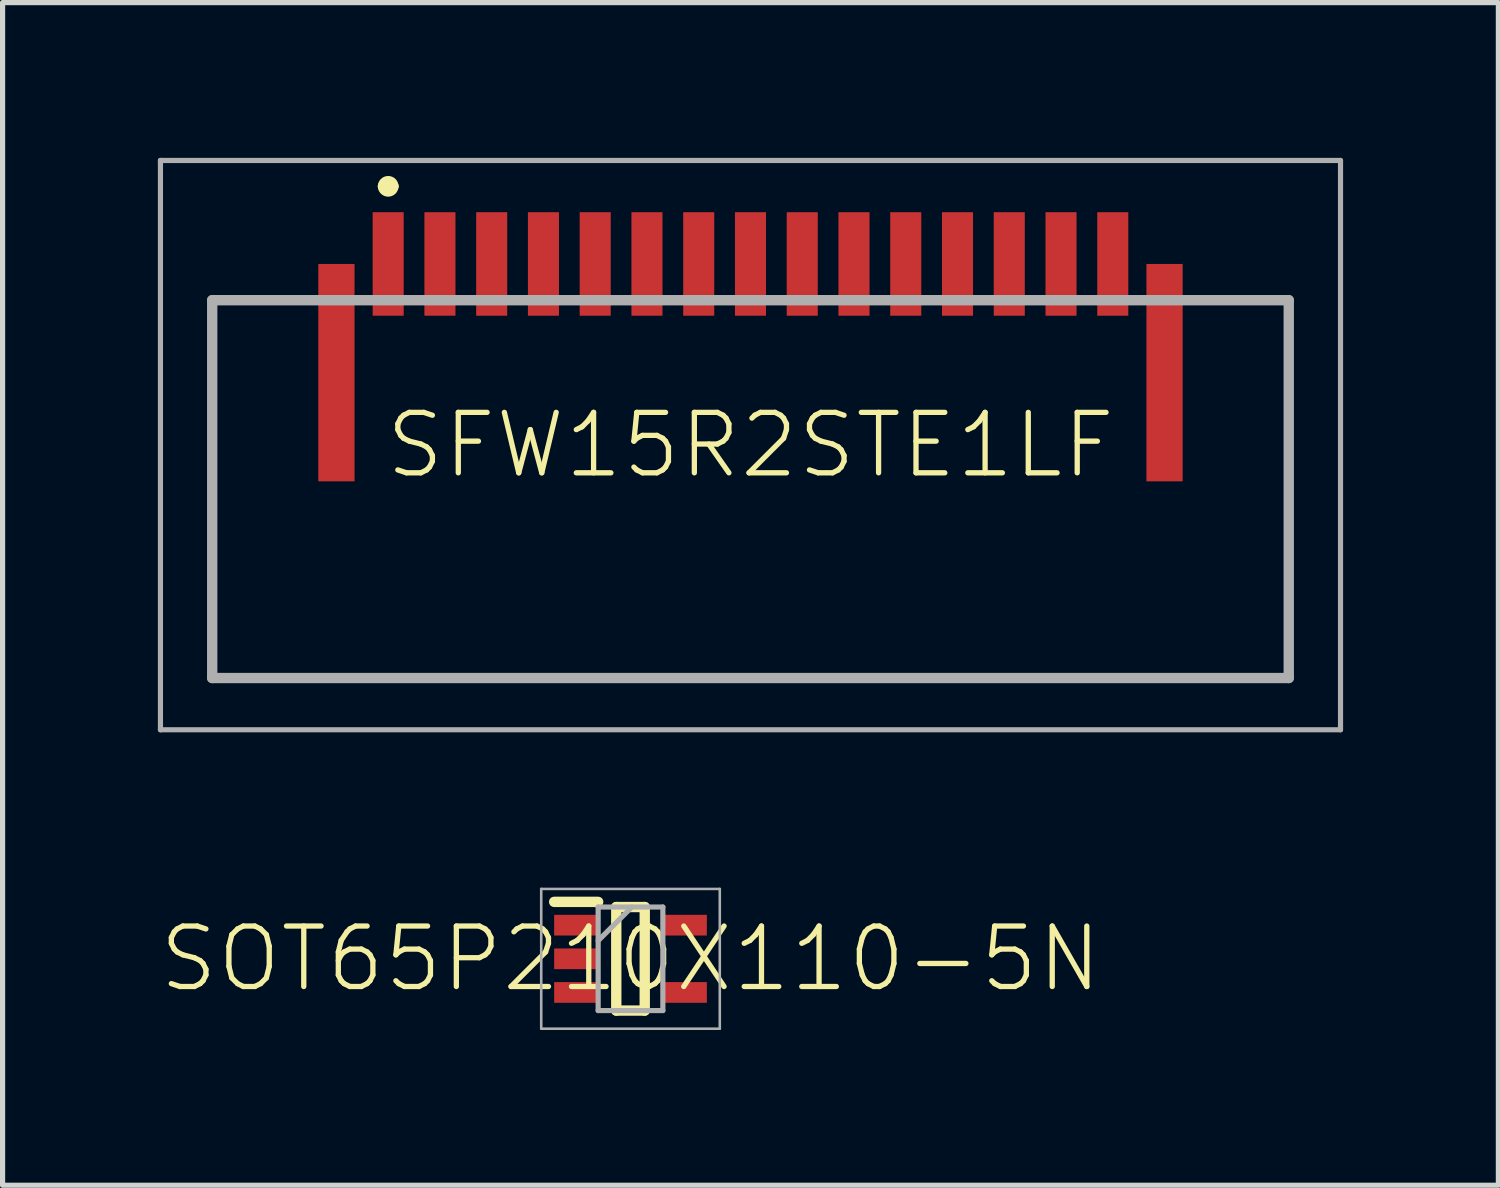
<source format=kicad_pcb>
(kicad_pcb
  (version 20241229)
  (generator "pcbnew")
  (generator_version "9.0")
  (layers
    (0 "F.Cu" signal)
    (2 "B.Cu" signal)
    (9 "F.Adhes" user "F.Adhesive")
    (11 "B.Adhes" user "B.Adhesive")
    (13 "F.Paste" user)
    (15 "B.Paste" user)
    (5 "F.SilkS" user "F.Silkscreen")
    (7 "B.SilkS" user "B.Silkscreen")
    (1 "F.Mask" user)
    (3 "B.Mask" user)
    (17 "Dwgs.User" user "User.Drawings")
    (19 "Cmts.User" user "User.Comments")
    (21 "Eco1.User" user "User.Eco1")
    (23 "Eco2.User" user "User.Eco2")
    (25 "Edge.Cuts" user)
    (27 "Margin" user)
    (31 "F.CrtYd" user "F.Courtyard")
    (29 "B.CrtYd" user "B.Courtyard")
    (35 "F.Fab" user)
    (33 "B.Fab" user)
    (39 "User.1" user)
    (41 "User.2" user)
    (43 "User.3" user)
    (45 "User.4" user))
  (footprint "SOT65P210X110-5N"
    (layer "F.Cu")
    (at 9.132 15.475)
    (property "Reference" "SOT65P210X110-5N" (at 0 0 0) (layer "F.SilkS") (effects (font (size 1.168 1.168) (thickness 0.102))))
    (fp_line (start -1.475 -1.1) (end -0.625 -1.1) (stroke (width 0.2) (type solid)) (layer "F.SilkS"))
    (fp_line (start -0.275 -1) (end 0.275 -1) (stroke (width 0.2) (type solid)) (layer "F.SilkS"))
    (fp_line (start -0.275 1) (end -0.275 -1) (stroke (width 0.2) (type solid)) (layer "F.SilkS"))
    (fp_line (start 0.275 -1) (end 0.275 1) (stroke (width 0.2) (type solid)) (layer "F.SilkS"))
    (fp_line (start 0.275 1) (end -0.275 1) (stroke (width 0.2) (type solid)) (layer "F.SilkS"))
    (fp_line (start -1.725 -1.35) (end 1.725 -1.35) (stroke (width 0.05) (type solid)) (layer "F.Fab"))
    (fp_line (start -1.725 1.35) (end -1.725 -1.35) (stroke (width 0.05) (type solid)) (layer "F.Fab"))
    (fp_line (start -0.625 -1) (end 0.625 -1) (stroke (width 0.1) (type solid)) (layer "F.Fab"))
    (fp_line (start -0.625 -0.35) (end 0.025 -1) (stroke (width 0.1) (type solid)) (layer "F.Fab"))
    (fp_line (start -0.625 1) (end -0.625 -1) (stroke (width 0.1) (type solid)) (layer "F.Fab"))
    (fp_line (start 0.625 -1) (end 0.625 1) (stroke (width 0.1) (type solid)) (layer "F.Fab"))
    (fp_line (start 0.625 1) (end -0.625 1) (stroke (width 0.1) (type solid)) (layer "F.Fab"))
    (fp_line (start 1.725 -1.35) (end 1.725 1.35) (stroke (width 0.05) (type solid)) (layer "F.Fab"))
    (fp_line (start 1.725 1.35) (end -1.725 1.35) (stroke (width 0.05) (type solid)) (layer "F.Fab"))
    (pad "1" smd rect (at -1.05 -0.65) (size 0.85 0.4) (layers "F.Cu" "F.Mask" "F.Paste"))
    (pad "2" smd rect (at -1.05 0) (size 0.85 0.4) (layers "F.Cu" "F.Mask" "F.Paste"))
    (pad "3" smd rect (at -1.05 0.65) (size 0.85 0.4) (layers "F.Cu" "F.Mask" "F.Paste"))
    (pad "4" smd rect (at 1.05 0.65) (size 0.85 0.4) (layers "F.Cu" "F.Mask" "F.Paste"))
    (pad "5" smd rect (at 1.05 -0.65) (size 0.85 0.4) (layers "F.Cu" "F.Mask" "F.Paste")))
  (footprint "SFW15R2STE1LF"
    (layer "F.Cu")
    (at 11.45 6.05)
    (property "Reference" "SFW15R2STE1LF" (at 0 -0.5 0) (layer "F.SilkS") (effects (font (size 1.168 1.168) (thickness 0.102))))
    (fp_line (start -10.4 -3.3) (end -10.4 4) (stroke (width 0.1) (type solid)) (layer "F.SilkS"))
    (fp_line (start -10.4 4) (end 10.4 4) (stroke (width 0.1) (type solid)) (layer "F.SilkS"))
    (fp_line (start -9 -3.3) (end -10.4 -3.3) (stroke (width 0.1) (type solid)) (layer "F.SilkS"))
    (fp_line (start -7.1 -5.5) (end -7.1 -5.5) (stroke (width 0.2) (type solid)) (layer "F.SilkS"))
    (fp_line (start -6.9 -5.5) (end -6.9 -5.5) (stroke (width 0.2) (type solid)) (layer "F.SilkS"))
    (fp_line (start 10.4 -3.3) (end 9 -3.3) (stroke (width 0.1) (type solid)) (layer "F.SilkS"))
    (fp_line (start 10.4 4) (end 10.4 -3.3) (stroke (width 0.1) (type solid)) (layer "F.SilkS"))
    (fp_arc (start -7.1 -5.5) (mid -7 -5.6) (end -6.9 -5.5) (stroke (width 0.2) (type solid)) (layer "F.SilkS"))
    (fp_arc (start -6.9 -5.5) (mid -7 -5.4) (end -7.1 -5.5) (stroke (width 0.2) (type solid)) (layer "F.SilkS"))
    (fp_line (start -11.4 -6) (end 11.4 -6) (stroke (width 0.1) (type solid)) (layer "F.Fab"))
    (fp_line (start -11.4 5) (end -11.4 -6) (stroke (width 0.1) (type solid)) (layer "F.Fab"))
    (fp_line (start -10.4 -3.3) (end 10.4 -3.3) (stroke (width 0.2) (type solid)) (layer "F.Fab"))
    (fp_line (start -10.4 4) (end -10.4 -3.3) (stroke (width 0.2) (type solid)) (layer "F.Fab"))
    (fp_line (start 10.4 -3.3) (end 10.4 4) (stroke (width 0.2) (type solid)) (layer "F.Fab"))
    (fp_line (start 10.4 4) (end -10.4 4) (stroke (width 0.2) (type solid)) (layer "F.Fab"))
    (fp_line (start 11.4 -6) (end 11.4 5) (stroke (width 0.1) (type solid)) (layer "F.Fab"))
    (fp_line (start 11.4 5) (end -11.4 5) (stroke (width 0.1) (type solid)) (layer "F.Fab"))
    (pad "1" smd rect (at -7 -4 90) (size 2 0.6) (layers "F.Cu" "F.Mask" "F.Paste"))
    (pad "2" smd rect (at -6 -4 90) (size 2 0.6) (layers "F.Cu" "F.Mask" "F.Paste"))
    (pad "3" smd rect (at -5 -4 90) (size 2 0.6) (layers "F.Cu" "F.Mask" "F.Paste"))
    (pad "4" smd rect (at -4 -4 90) (size 2 0.6) (layers "F.Cu" "F.Mask" "F.Paste"))
    (pad "5" smd rect (at -3 -4 90) (size 2 0.6) (layers "F.Cu" "F.Mask" "F.Paste"))
    (pad "6" smd rect (at -2 -4 90) (size 2 0.6) (layers "F.Cu" "F.Mask" "F.Paste"))
    (pad "7" smd rect (at -1 -4 90) (size 2 0.6) (layers "F.Cu" "F.Mask" "F.Paste"))
    (pad "8" smd rect (at 0 -4 90) (size 2 0.6) (layers "F.Cu" "F.Mask" "F.Paste"))
    (pad "9" smd rect (at 1 -4 90) (size 2 0.6) (layers "F.Cu" "F.Mask" "F.Paste"))
    (pad "10" smd rect (at 2 -4 90) (size 2 0.6) (layers "F.Cu" "F.Mask" "F.Paste"))
    (pad "11" smd rect (at 3 -4 90) (size 2 0.6) (layers "F.Cu" "F.Mask" "F.Paste"))
    (pad "12" smd rect (at 4 -4 90) (size 2 0.6) (layers "F.Cu" "F.Mask" "F.Paste"))
    (pad "13" smd rect (at 5 -4 90) (size 2 0.6) (layers "F.Cu" "F.Mask" "F.Paste"))
    (pad "14" smd rect (at 6 -4 90) (size 2 0.6) (layers "F.Cu" "F.Mask" "F.Paste"))
    (pad "15" smd rect (at 7 -4 90) (size 2 0.6) (layers "F.Cu" "F.Mask" "F.Paste"))
    (pad "MP1" smd rect (at -8 -1.9 90) (size 4.2 0.7) (layers "F.Cu" "F.Mask" "F.Paste"))
    (pad "MP2" smd rect (at 8 -1.9 90) (size 4.2 0.7) (layers "F.Cu" "F.Mask" "F.Paste")))
  (gr_rect
    (start -3 -3)
    (end 25.9 19.85)
    (stroke (width 0.1) (type default))
    (fill no)
    (layer "Edge.Cuts")))
</source>
